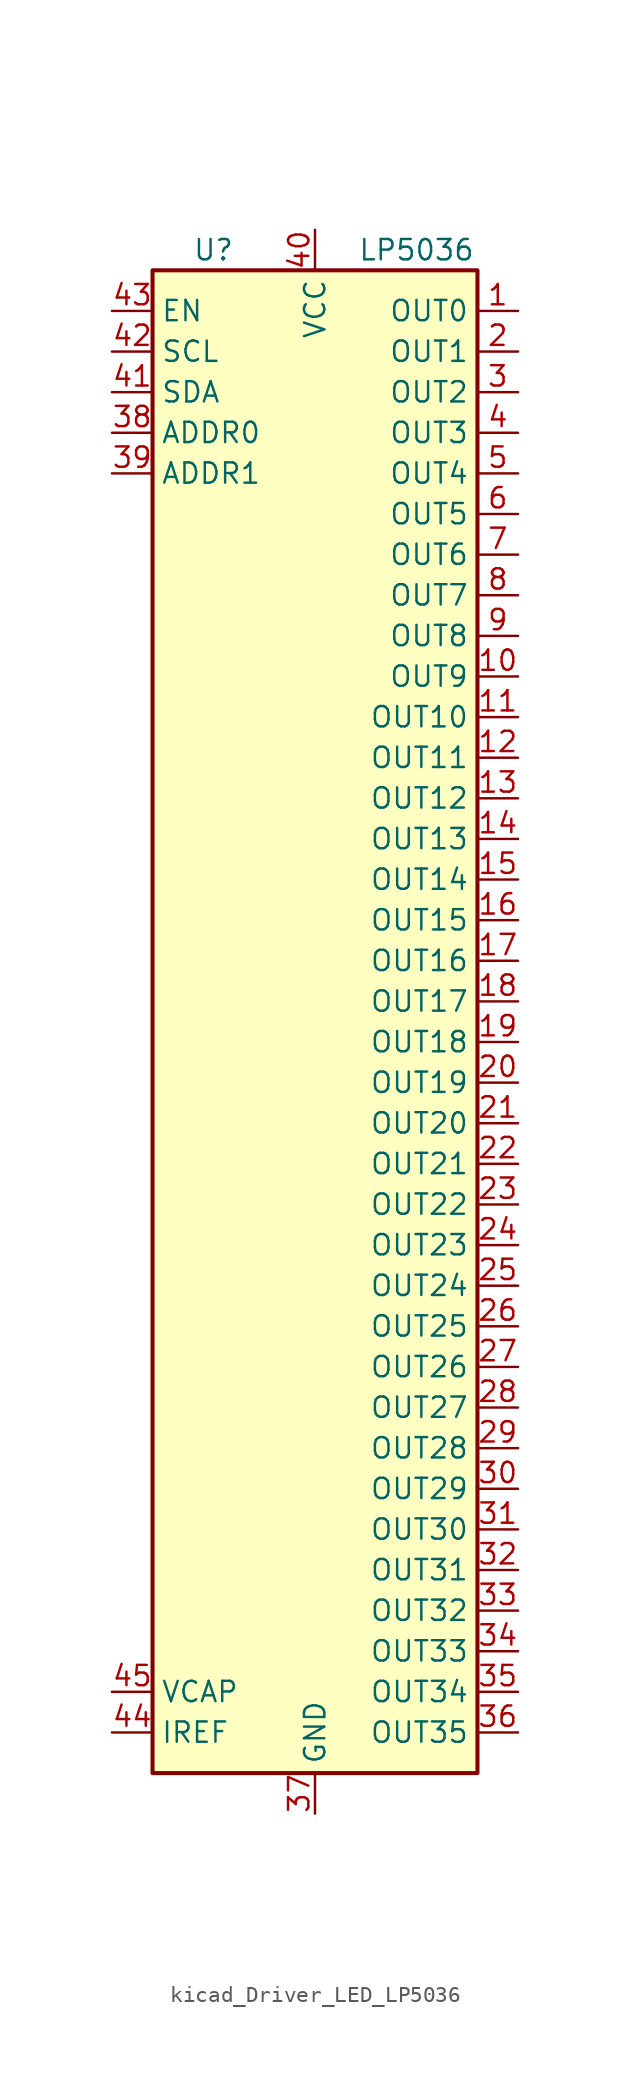
<source format=kicad_sym>
(kicad_symbol_lib
  (version 20220914)
  (generator kicad_symbol_editor)
  (symbol "kicad_Driver_LED_LP5036"
    (property "Reference" "U"
      (at -6.35 49.53 0)
      (effects (font (size 1.27 1.27))))
    (property "Value" "LP5036"
      (at 6.35 49.53 0)
      (effects (font (size 1.27 1.27))))
    (symbol "kicad_Driver_LED_LP5036_0_1"
      (rectangle (start -10.16 48.26) (end 10.16 -45.72) (stroke (width 0.254) (type default)) (fill (type background))))
    (symbol "kicad_Driver_LED_LP5036_1_1"
      (pin power_out line (at 12.7 45.72 180) (length 2.54) (name "OUT0" (effects (font (size 1.27 1.27)))) (number "1" (effects (font (size 1.27 1.27)))))
      (pin power_out line (at 12.7 22.86 180) (length 2.54) (name "OUT9" (effects (font (size 1.27 1.27)))) (number "10" (effects (font (size 1.27 1.27)))))
      (pin power_out line (at 12.7 20.32 180) (length 2.54) (name "OUT10" (effects (font (size 1.27 1.27)))) (number "11" (effects (font (size 1.27 1.27)))))
      (pin power_out line (at 12.7 17.78 180) (length 2.54) (name "OUT11" (effects (font (size 1.27 1.27)))) (number "12" (effects (font (size 1.27 1.27)))))
      (pin power_out line (at 12.7 15.24 180) (length 2.54) (name "OUT12" (effects (font (size 1.27 1.27)))) (number "13" (effects (font (size 1.27 1.27)))))
      (pin power_out line (at 12.7 12.7 180) (length 2.54) (name "OUT13" (effects (font (size 1.27 1.27)))) (number "14" (effects (font (size 1.27 1.27)))))
      (pin power_out line (at 12.7 10.16 180) (length 2.54) (name "OUT14" (effects (font (size 1.27 1.27)))) (number "15" (effects (font (size 1.27 1.27)))))
      (pin power_out line (at 12.7 7.62 180) (length 2.54) (name "OUT15" (effects (font (size 1.27 1.27)))) (number "16" (effects (font (size 1.27 1.27)))))
      (pin power_out line (at 12.7 5.08 180) (length 2.54) (name "OUT16" (effects (font (size 1.27 1.27)))) (number "17" (effects (font (size 1.27 1.27)))))
      (pin power_out line (at 12.7 2.54 180) (length 2.54) (name "OUT17" (effects (font (size 1.27 1.27)))) (number "18" (effects (font (size 1.27 1.27)))))
      (pin power_out line (at 12.7 0 180) (length 2.54) (name "OUT18" (effects (font (size 1.27 1.27)))) (number "19" (effects (font (size 1.27 1.27)))))
      (pin power_out line (at 12.7 43.18 180) (length 2.54) (name "OUT1" (effects (font (size 1.27 1.27)))) (number "2" (effects (font (size 1.27 1.27)))))
      (pin power_out line (at 12.7 -2.54 180) (length 2.54) (name "OUT19" (effects (font (size 1.27 1.27)))) (number "20" (effects (font (size 1.27 1.27)))))
      (pin power_out line (at 12.7 -5.08 180) (length 2.54) (name "OUT20" (effects (font (size 1.27 1.27)))) (number "21" (effects (font (size 1.27 1.27)))))
      (pin power_out line (at 12.7 -7.62 180) (length 2.54) (name "OUT21" (effects (font (size 1.27 1.27)))) (number "22" (effects (font (size 1.27 1.27)))))
      (pin power_out line (at 12.7 -10.16 180) (length 2.54) (name "OUT22" (effects (font (size 1.27 1.27)))) (number "23" (effects (font (size 1.27 1.27)))))
      (pin power_out line (at 12.7 -12.7 180) (length 2.54) (name "OUT23" (effects (font (size 1.27 1.27)))) (number "24" (effects (font (size 1.27 1.27)))))
      (pin power_out line (at 12.7 -15.24 180) (length 2.54) (name "OUT24" (effects (font (size 1.27 1.27)))) (number "25" (effects (font (size 1.27 1.27)))))
      (pin power_out line (at 12.7 -17.78 180) (length 2.54) (name "OUT25" (effects (font (size 1.27 1.27)))) (number "26" (effects (font (size 1.27 1.27)))))
      (pin power_out line (at 12.7 -20.32 180) (length 2.54) (name "OUT26" (effects (font (size 1.27 1.27)))) (number "27" (effects (font (size 1.27 1.27)))))
      (pin power_out line (at 12.7 -22.86 180) (length 2.54) (name "OUT27" (effects (font (size 1.27 1.27)))) (number "28" (effects (font (size 1.27 1.27)))))
      (pin power_out line (at 12.7 -25.4 180) (length 2.54) (name "OUT28" (effects (font (size 1.27 1.27)))) (number "29" (effects (font (size 1.27 1.27)))))
      (pin power_out line (at 12.7 40.64 180) (length 2.54) (name "OUT2" (effects (font (size 1.27 1.27)))) (number "3" (effects (font (size 1.27 1.27)))))
      (pin power_out line (at 12.7 -27.94 180) (length 2.54) (name "OUT29" (effects (font (size 1.27 1.27)))) (number "30" (effects (font (size 1.27 1.27)))))
      (pin power_out line (at 12.7 -30.48 180) (length 2.54) (name "OUT30" (effects (font (size 1.27 1.27)))) (number "31" (effects (font (size 1.27 1.27)))))
      (pin power_out line (at 12.7 -33.02 180) (length 2.54) (name "OUT31" (effects (font (size 1.27 1.27)))) (number "32" (effects (font (size 1.27 1.27)))))
      (pin power_out line (at 12.7 -35.56 180) (length 2.54) (name "OUT32" (effects (font (size 1.27 1.27)))) (number "33" (effects (font (size 1.27 1.27)))))
      (pin power_out line (at 12.7 -38.1 180) (length 2.54) (name "OUT33" (effects (font (size 1.27 1.27)))) (number "34" (effects (font (size 1.27 1.27)))))
      (pin power_out line (at 12.7 -40.64 180) (length 2.54) (name "OUT34" (effects (font (size 1.27 1.27)))) (number "35" (effects (font (size 1.27 1.27)))))
      (pin power_out line (at 12.7 -43.18 180) (length 2.54) (name "OUT35" (effects (font (size 1.27 1.27)))) (number "36" (effects (font (size 1.27 1.27)))))
      (pin power_in line (at 0 -48.26 90) (length 2.54) (name "GND" (effects (font (size 1.27 1.27)))) (number "37" (effects (font (size 1.27 1.27)))))
      (pin input line (at -12.7 38.1 0) (length 2.54) (name "ADDR0" (effects (font (size 1.27 1.27)))) (number "38" (effects (font (size 1.27 1.27)))))
      (pin input line (at -12.7 35.56 0) (length 2.54) (name "ADDR1" (effects (font (size 1.27 1.27)))) (number "39" (effects (font (size 1.27 1.27)))))
      (pin power_out line (at 12.7 38.1 180) (length 2.54) (name "OUT3" (effects (font (size 1.27 1.27)))) (number "4" (effects (font (size 1.27 1.27)))))
      (pin power_in line (at 0 50.8 270) (length 2.54) (name "VCC" (effects (font (size 1.27 1.27)))) (number "40" (effects (font (size 1.27 1.27)))))
      (pin bidirectional line (at -12.7 40.64 0) (length 2.54) (name "SDA" (effects (font (size 1.27 1.27)))) (number "41" (effects (font (size 1.27 1.27)))))
      (pin input line (at -12.7 43.18 0) (length 2.54) (name "SCL" (effects (font (size 1.27 1.27)))) (number "42" (effects (font (size 1.27 1.27)))))
      (pin input line (at -12.7 45.72 0) (length 2.54) (name "EN" (effects (font (size 1.27 1.27)))) (number "43" (effects (font (size 1.27 1.27)))))
      (pin passive line (at -12.7 -43.18 0) (length 2.54) (name "IREF" (effects (font (size 1.27 1.27)))) (number "44" (effects (font (size 1.27 1.27)))))
      (pin passive line (at -12.7 -40.64 0) (length 2.54) (name "VCAP" (effects (font (size 1.27 1.27)))) (number "45" (effects (font (size 1.27 1.27)))))
      (pin passive line (at 0 -48.26 90) (length 2.54) hide (name "GND" (effects (font (size 1.27 1.27)))) (number "46" (effects (font (size 1.27 1.27)))))
      (pin passive line (at 0 -48.26 90) (length 2.54) hide (name "GND" (effects (font (size 1.27 1.27)))) (number "47" (effects (font (size 1.27 1.27)))))
      (pin power_out line (at 12.7 35.56 180) (length 2.54) (name "OUT4" (effects (font (size 1.27 1.27)))) (number "5" (effects (font (size 1.27 1.27)))))
      (pin power_out line (at 12.7 33.02 180) (length 2.54) (name "OUT5" (effects (font (size 1.27 1.27)))) (number "6" (effects (font (size 1.27 1.27)))))
      (pin power_out line (at 12.7 30.48 180) (length 2.54) (name "OUT6" (effects (font (size 1.27 1.27)))) (number "7" (effects (font (size 1.27 1.27)))))
      (pin power_out line (at 12.7 27.94 180) (length 2.54) (name "OUT7" (effects (font (size 1.27 1.27)))) (number "8" (effects (font (size 1.27 1.27)))))
      (pin power_out line (at 12.7 25.4 180) (length 2.54) (name "OUT8" (effects (font (size 1.27 1.27)))) (number "9" (effects (font (size 1.27 1.27))))))))
</source>
